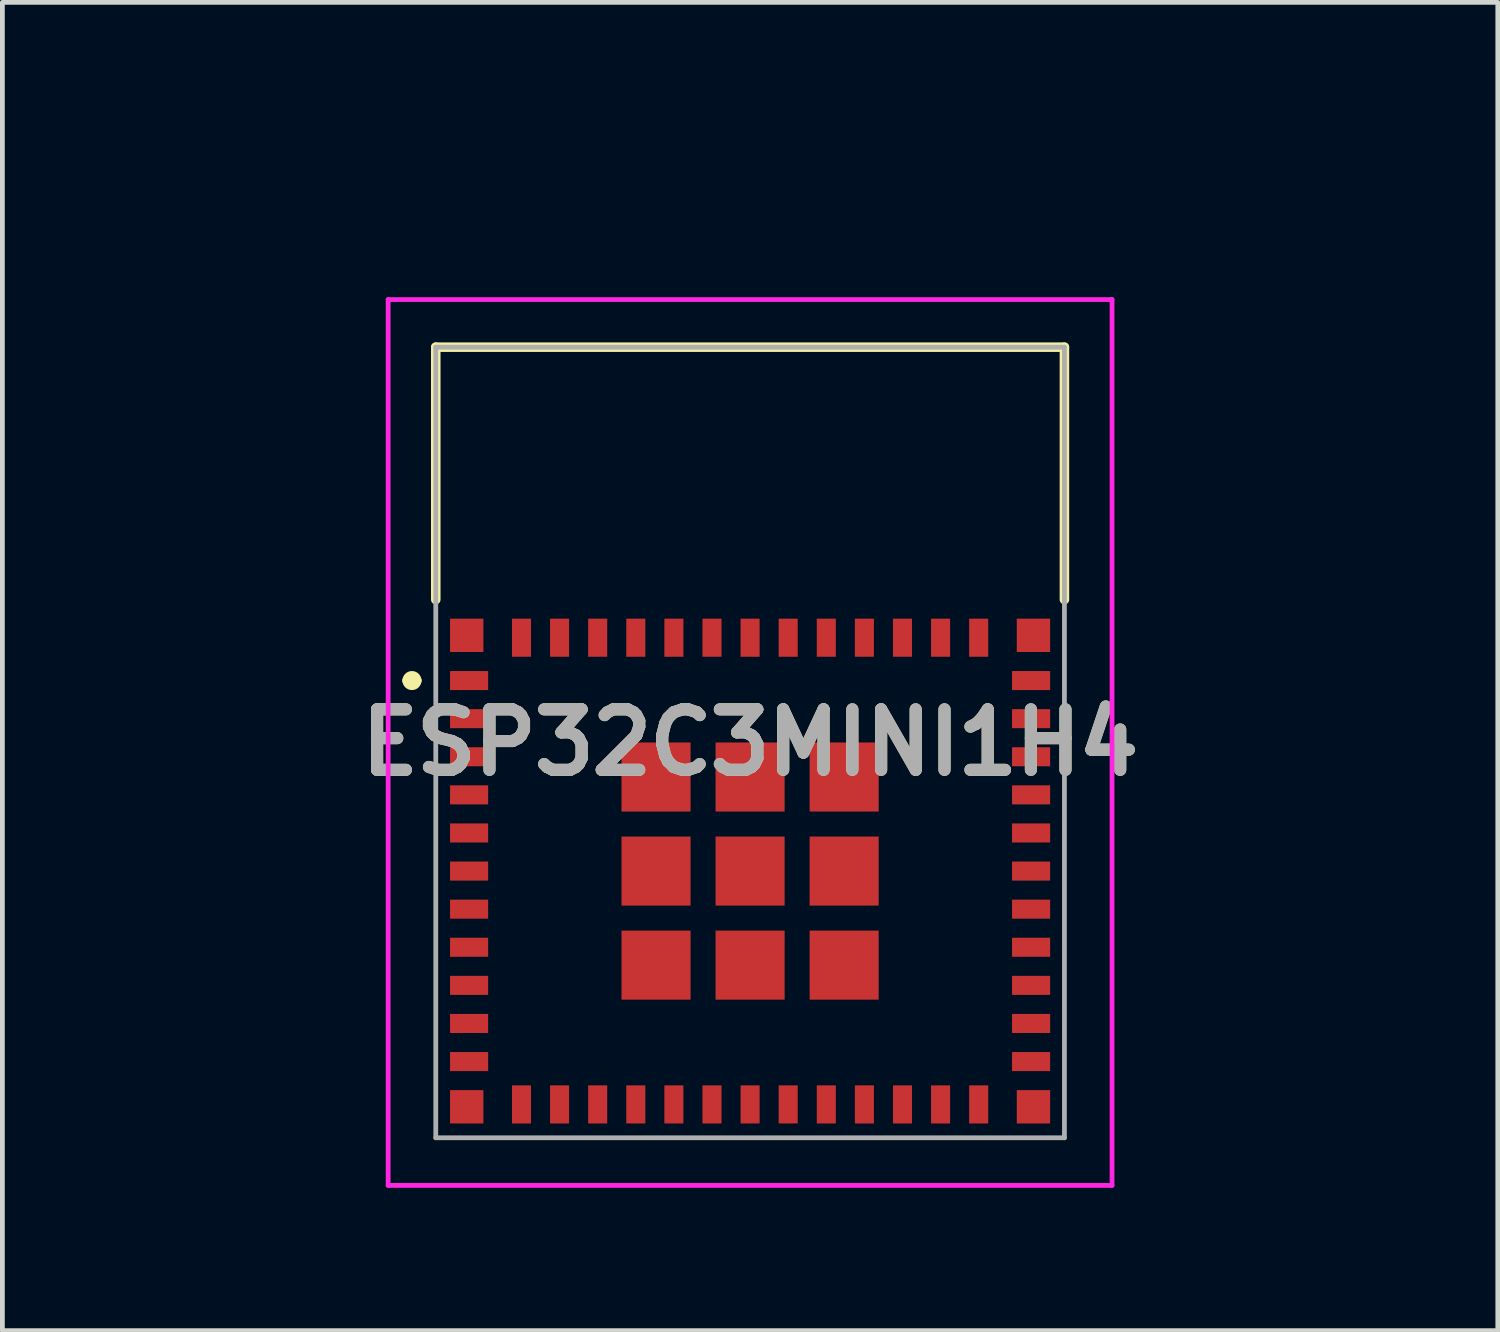
<source format=kicad_pcb>
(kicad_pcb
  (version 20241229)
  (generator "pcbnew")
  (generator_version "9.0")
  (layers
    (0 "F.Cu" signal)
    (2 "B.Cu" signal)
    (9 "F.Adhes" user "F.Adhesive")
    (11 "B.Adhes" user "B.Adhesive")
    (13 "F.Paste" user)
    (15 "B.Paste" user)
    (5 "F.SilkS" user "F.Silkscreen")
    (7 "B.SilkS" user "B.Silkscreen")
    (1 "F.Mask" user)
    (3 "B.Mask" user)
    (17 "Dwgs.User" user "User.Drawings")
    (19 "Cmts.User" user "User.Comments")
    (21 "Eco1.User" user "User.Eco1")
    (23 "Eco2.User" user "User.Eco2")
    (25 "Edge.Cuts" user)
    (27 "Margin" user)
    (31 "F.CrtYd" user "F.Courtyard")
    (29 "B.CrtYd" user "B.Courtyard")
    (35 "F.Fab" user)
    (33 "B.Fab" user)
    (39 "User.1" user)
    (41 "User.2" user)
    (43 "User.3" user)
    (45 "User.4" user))
  (footprint "ESP32C3MINI1H4"
    (layer "F.Cu")
    (at 12.7 15.24)
    (property "Reference" "ESP32C3MINI1H4" (at 0 -2.7 0) (layer "F.SilkS") (effects (font (size 1.27 1.27) (thickness 0.254))))
    (attr smd)
    (fp_line (start -7.2 -4) (end -7.2 -4) (stroke (width 0.2) (type solid)) (layer "F.SilkS"))
    (fp_line (start -7 -4) (end -7 -4) (stroke (width 0.2) (type solid)) (layer "F.SilkS"))
    (fp_line (start -6.6 -11) (end 6.6 -11) (stroke (width 0.2) (type solid)) (layer "F.SilkS"))
    (fp_line (start -6.6 -5.7) (end -6.6 -11) (stroke (width 0.2) (type solid)) (layer "F.SilkS"))
    (fp_line (start 6.6 -11) (end 6.6 -5.7) (stroke (width 0.2) (type solid)) (layer "F.SilkS"))
    (fp_arc (start -7.2 -4) (mid -7.1 -4.1) (end -7 -4) (stroke (width 0.2) (type solid)) (layer "F.SilkS"))
    (fp_arc (start -7 -4) (mid -7.1 -3.9) (end -7.2 -4) (stroke (width 0.2) (type solid)) (layer "F.SilkS"))
    (fp_line (start -7.6 -12) (end 7.6 -12) (stroke (width 0.1) (type solid)) (layer "F.CrtYd"))
    (fp_line (start -7.6 6.6) (end -7.6 -12) (stroke (width 0.1) (type solid)) (layer "F.CrtYd"))
    (fp_line (start 7.6 -12) (end 7.6 6.6) (stroke (width 0.1) (type solid)) (layer "F.CrtYd"))
    (fp_line (start 7.6 6.6) (end -7.6 6.6) (stroke (width 0.1) (type solid)) (layer "F.CrtYd"))
    (fp_line (start -6.6 -11) (end 6.6 -11) (stroke (width 0.1) (type solid)) (layer "F.Fab"))
    (fp_line (start -6.6 5.6) (end -6.6 -11) (stroke (width 0.1) (type solid)) (layer "F.Fab"))
    (fp_line (start 6.6 -11) (end 6.6 5.6) (stroke (width 0.1) (type solid)) (layer "F.Fab"))
    (fp_line (start 6.6 5.6) (end -6.6 5.6) (stroke (width 0.1) (type solid)) (layer "F.Fab"))
    (fp_text user "${REFERENCE}" (at 0 -2.7 0) (layer "F.Fab") (effects (font (size 1.27 1.27) (thickness 0.254))))
    (pad "1" smd rect (at -5.9 -4 90) (size 0.4 0.8) (layers "F.Cu" "F.Mask" "F.Paste"))
    (pad "2" smd rect (at -5.9 -3.2 90) (size 0.4 0.8) (layers "F.Cu" "F.Mask" "F.Paste"))
    (pad "3" smd rect (at -5.9 -2.4 90) (size 0.4 0.8) (layers "F.Cu" "F.Mask" "F.Paste"))
    (pad "4" smd rect (at -5.9 -1.6 90) (size 0.4 0.8) (layers "F.Cu" "F.Mask" "F.Paste"))
    (pad "5" smd rect (at -5.9 -0.8 90) (size 0.4 0.8) (layers "F.Cu" "F.Mask" "F.Paste"))
    (pad "6" smd rect (at -5.9 0 90) (size 0.4 0.8) (layers "F.Cu" "F.Mask" "F.Paste"))
    (pad "7" smd rect (at -5.9 0.8 90) (size 0.4 0.8) (layers "F.Cu" "F.Mask" "F.Paste"))
    (pad "8" smd rect (at -5.9 1.6 90) (size 0.4 0.8) (layers "F.Cu" "F.Mask" "F.Paste"))
    (pad "9" smd rect (at -5.9 2.4 90) (size 0.4 0.8) (layers "F.Cu" "F.Mask" "F.Paste"))
    (pad "10" smd rect (at -5.9 3.2 90) (size 0.4 0.8) (layers "F.Cu" "F.Mask" "F.Paste"))
    (pad "11" smd rect (at -5.9 4 90) (size 0.4 0.8) (layers "F.Cu" "F.Mask" "F.Paste"))
    (pad "12" smd rect (at -4.8 4.9) (size 0.4 0.8) (layers "F.Cu" "F.Mask" "F.Paste"))
    (pad "13" smd rect (at -4 4.9) (size 0.4 0.8) (layers "F.Cu" "F.Mask" "F.Paste"))
    (pad "14" smd rect (at -3.2 4.9) (size 0.4 0.8) (layers "F.Cu" "F.Mask" "F.Paste"))
    (pad "15" smd rect (at -2.4 4.9) (size 0.4 0.8) (layers "F.Cu" "F.Mask" "F.Paste"))
    (pad "16" smd rect (at -1.6 4.9) (size 0.4 0.8) (layers "F.Cu" "F.Mask" "F.Paste"))
    (pad "17" smd rect (at -0.8 4.9) (size 0.4 0.8) (layers "F.Cu" "F.Mask" "F.Paste"))
    (pad "18" smd rect (at 0 4.9) (size 0.4 0.8) (layers "F.Cu" "F.Mask" "F.Paste"))
    (pad "19" smd rect (at 0.8 4.9) (size 0.4 0.8) (layers "F.Cu" "F.Mask" "F.Paste"))
    (pad "20" smd rect (at 1.6 4.9) (size 0.4 0.8) (layers "F.Cu" "F.Mask" "F.Paste"))
    (pad "21" smd rect (at 2.4 4.9) (size 0.4 0.8) (layers "F.Cu" "F.Mask" "F.Paste"))
    (pad "22" smd rect (at 3.2 4.9) (size 0.4 0.8) (layers "F.Cu" "F.Mask" "F.Paste"))
    (pad "23" smd rect (at 4 4.9) (size 0.4 0.8) (layers "F.Cu" "F.Mask" "F.Paste"))
    (pad "24" smd rect (at 4.8 4.9) (size 0.4 0.8) (layers "F.Cu" "F.Mask" "F.Paste"))
    (pad "25" smd rect (at 5.9 4 90) (size 0.4 0.8) (layers "F.Cu" "F.Mask" "F.Paste"))
    (pad "26" smd rect (at 5.9 3.2 90) (size 0.4 0.8) (layers "F.Cu" "F.Mask" "F.Paste"))
    (pad "27" smd rect (at 5.9 2.4 90) (size 0.4 0.8) (layers "F.Cu" "F.Mask" "F.Paste"))
    (pad "28" smd rect (at 5.9 1.6 90) (size 0.4 0.8) (layers "F.Cu" "F.Mask" "F.Paste"))
    (pad "29" smd rect (at 5.9 0.8 90) (size 0.4 0.8) (layers "F.Cu" "F.Mask" "F.Paste"))
    (pad "30" smd rect (at 5.9 0 90) (size 0.4 0.8) (layers "F.Cu" "F.Mask" "F.Paste"))
    (pad "31" smd rect (at 5.9 -0.8 90) (size 0.4 0.8) (layers "F.Cu" "F.Mask" "F.Paste"))
    (pad "32" smd rect (at 5.9 -1.6 90) (size 0.4 0.8) (layers "F.Cu" "F.Mask" "F.Paste"))
    (pad "33" smd rect (at 5.9 -2.4 90) (size 0.4 0.8) (layers "F.Cu" "F.Mask" "F.Paste"))
    (pad "34" smd rect (at 5.9 -3.2 90) (size 0.4 0.8) (layers "F.Cu" "F.Mask" "F.Paste"))
    (pad "35" smd rect (at 5.9 -4 90) (size 0.4 0.8) (layers "F.Cu" "F.Mask" "F.Paste"))
    (pad "36" smd rect (at 4.8 -4.9) (size 0.4 0.8) (layers "F.Cu" "F.Mask" "F.Paste"))
    (pad "37" smd rect (at 4 -4.9) (size 0.4 0.8) (layers "F.Cu" "F.Mask" "F.Paste"))
    (pad "38" smd rect (at 3.2 -4.9) (size 0.4 0.8) (layers "F.Cu" "F.Mask" "F.Paste"))
    (pad "39" smd rect (at 2.4 -4.9) (size 0.4 0.8) (layers "F.Cu" "F.Mask" "F.Paste"))
    (pad "40" smd rect (at 1.6 -4.9) (size 0.4 0.8) (layers "F.Cu" "F.Mask" "F.Paste"))
    (pad "41" smd rect (at 0.8 -4.9) (size 0.4 0.8) (layers "F.Cu" "F.Mask" "F.Paste"))
    (pad "42" smd rect (at 0 -4.9) (size 0.4 0.8) (layers "F.Cu" "F.Mask" "F.Paste"))
    (pad "43" smd rect (at -0.8 -4.9) (size 0.4 0.8) (layers "F.Cu" "F.Mask" "F.Paste"))
    (pad "44" smd rect (at -1.6 -4.9) (size 0.4 0.8) (layers "F.Cu" "F.Mask" "F.Paste"))
    (pad "45" smd rect (at -2.4 -4.9) (size 0.4 0.8) (layers "F.Cu" "F.Mask" "F.Paste"))
    (pad "46" smd rect (at -3.2 -4.9) (size 0.4 0.8) (layers "F.Cu" "F.Mask" "F.Paste"))
    (pad "47" smd rect (at -4 -4.9) (size 0.4 0.8) (layers "F.Cu" "F.Mask" "F.Paste"))
    (pad "48" smd rect (at -4.8 -4.9) (size 0.4 0.8) (layers "F.Cu" "F.Mask" "F.Paste"))
    (pad "49" smd rect (at 0 0) (size 1.45 1.45) (layers "F.Cu" "F.Mask" "F.Paste"))
    (pad "50" smd rect (at 1.975 -1.975) (size 1.45 1.45) (layers "F.Cu" "F.Mask" "F.Paste"))
    (pad "51" smd rect (at 0 -1.975) (size 1.45 1.45) (layers "F.Cu" "F.Mask" "F.Paste"))
    (pad "52" smd rect (at -1.975 -1.975) (size 1.45 1.45) (layers "F.Cu" "F.Mask" "F.Paste"))
    (pad "53" smd rect (at -1.975 0) (size 1.45 1.45) (layers "F.Cu" "F.Mask" "F.Paste"))
    (pad "54" smd rect (at -1.975 1.975) (size 1.45 1.45) (layers "F.Cu" "F.Mask" "F.Paste"))
    (pad "55" smd rect (at 0 1.975) (size 1.45 1.45) (layers "F.Cu" "F.Mask" "F.Paste"))
    (pad "56" smd rect (at 1.975 1.975) (size 1.45 1.45) (layers "F.Cu" "F.Mask" "F.Paste"))
    (pad "57" smd rect (at 1.975 0) (size 1.45 1.45) (layers "F.Cu" "F.Mask" "F.Paste"))
    (pad "58" smd rect (at -5.95 -4.95) (size 0.7 0.7) (layers "F.Cu" "F.Mask" "F.Paste"))
    (pad "59" smd rect (at -5.95 4.95) (size 0.7 0.7) (layers "F.Cu" "F.Mask" "F.Paste"))
    (pad "60" smd rect (at 5.95 4.95) (size 0.7 0.7) (layers "F.Cu" "F.Mask" "F.Paste"))
    (pad "61" smd rect (at 5.95 -4.95) (size 0.7 0.7) (layers "F.Cu" "F.Mask" "F.Paste"))
    (zone (net_name "") (layers "F.Cu" "B.Cu") (name "antenna") (hatch edge 0.5) (connect_pads) (min_thickness 0.25) (filled_areas_thickness no) (keepout (tracks not_allowed) (vias not_allowed) (pads not_allowed) (copperpour not_allowed) (footprints allowed)) (placement (enabled no)) (fill) (polygon (pts (xy 0 0) (xy 0 9.652) (xy 25.4 9.652) (xy 25.4 0)))))
  (gr_rect
    (start -3 -3)
    (end 28.4 24.89)
    (stroke (width 0.1) (type default))
    (fill no)
    (layer "Edge.Cuts")))
</source>
